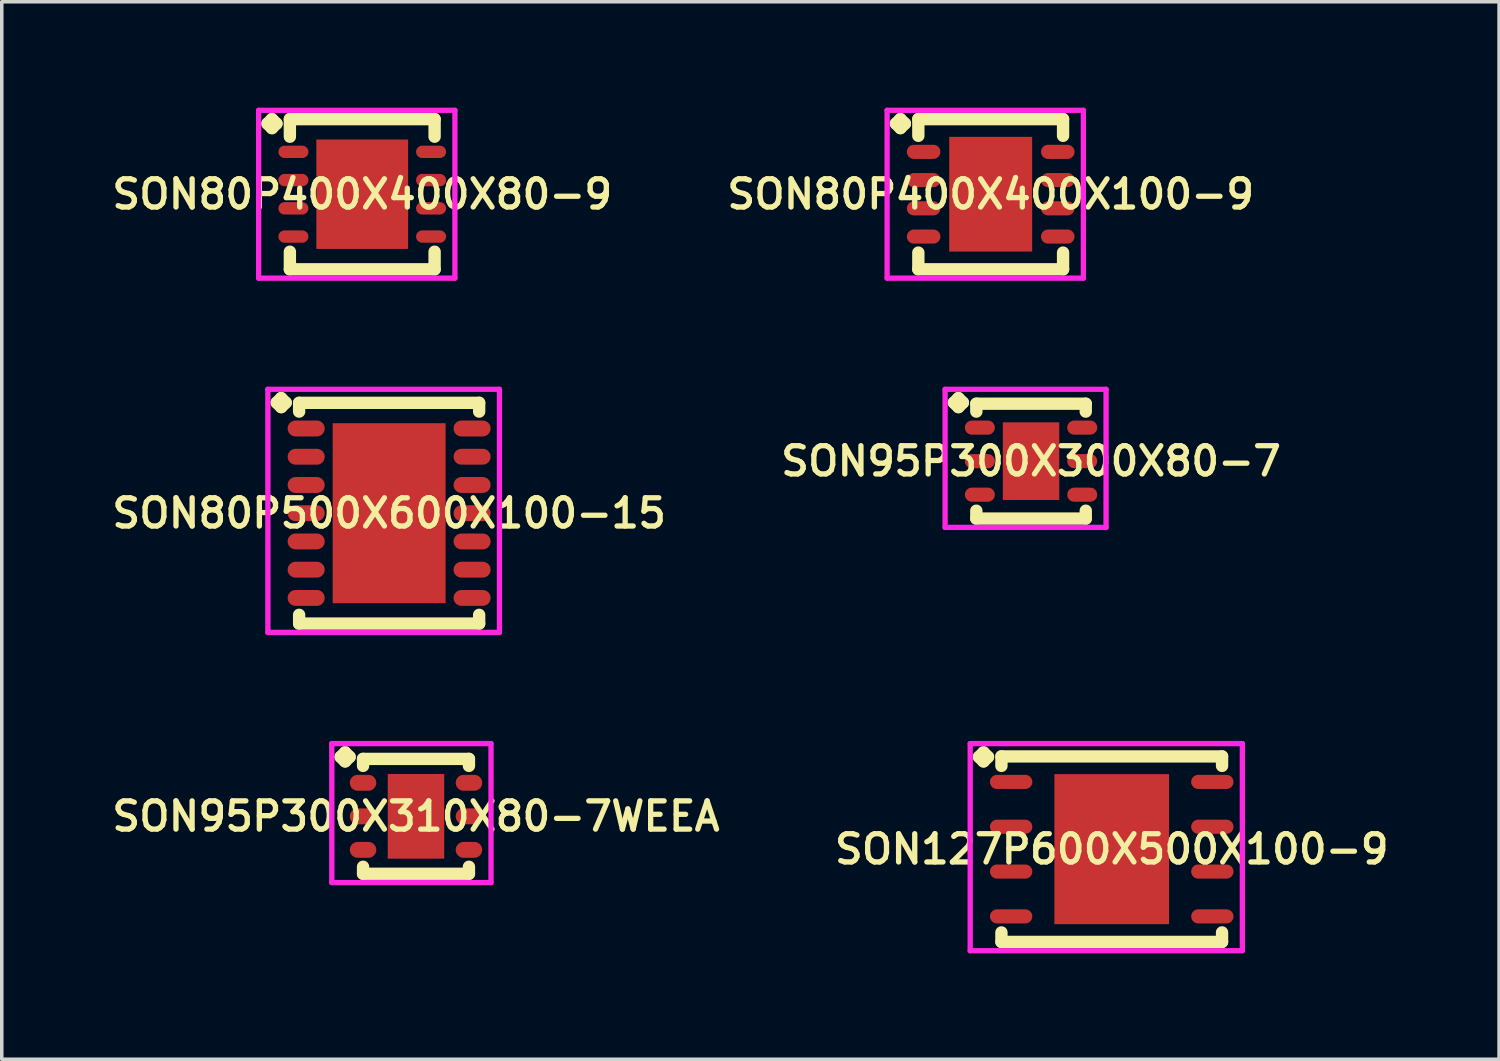
<source format=kicad_pcb>
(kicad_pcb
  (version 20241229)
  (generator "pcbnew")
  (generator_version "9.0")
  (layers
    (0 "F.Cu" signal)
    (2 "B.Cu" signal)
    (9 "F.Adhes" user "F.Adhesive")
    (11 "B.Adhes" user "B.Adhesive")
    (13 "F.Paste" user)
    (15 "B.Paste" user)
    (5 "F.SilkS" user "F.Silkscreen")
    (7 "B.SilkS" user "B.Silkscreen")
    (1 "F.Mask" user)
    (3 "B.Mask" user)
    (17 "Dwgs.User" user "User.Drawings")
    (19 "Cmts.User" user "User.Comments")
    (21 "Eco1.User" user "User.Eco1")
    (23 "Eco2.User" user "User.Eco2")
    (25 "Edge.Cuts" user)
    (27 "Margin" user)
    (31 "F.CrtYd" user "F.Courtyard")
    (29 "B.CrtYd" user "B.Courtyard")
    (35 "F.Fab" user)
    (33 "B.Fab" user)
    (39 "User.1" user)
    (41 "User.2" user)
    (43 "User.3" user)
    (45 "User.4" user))
  (footprint "SON95P300X300X80-7"
    (layer "F.Cu")
    (at 26.159 10.014)
    (property "Reference" "SON95P300X300X80-7" (at 0 0 0) (layer "F.SilkS") (effects (font (size 0.8 0.8) (thickness 0.15))))
    (attr smd)
    (fp_line (start -2.185 -1.658) (end -2.058 -1.785) (stroke (width 0.35) (type solid)) (layer "F.SilkS"))
    (fp_line (start -2.058 -1.785) (end -1.931 -1.658) (stroke (width 0.35) (type solid)) (layer "F.SilkS"))
    (fp_line (start -2.058 -1.531) (end -2.185 -1.658) (stroke (width 0.35) (type solid)) (layer "F.SilkS"))
    (fp_line (start -1.931 -1.658) (end -2.058 -1.531) (stroke (width 0.35) (type solid)) (layer "F.SilkS"))
    (fp_line (start -1.55 -1.627) (end 1.55 -1.627) (stroke (width 0.35) (type solid)) (layer "F.SilkS"))
    (fp_line (start -1.55 -1.404) (end -1.55 -1.627) (stroke (width 0.35) (type solid)) (layer "F.SilkS"))
    (fp_line (start -1.55 1.404) (end -1.55 1.627) (stroke (width 0.35) (type solid)) (layer "F.SilkS"))
    (fp_line (start -1.55 1.627) (end 1.55 1.627) (stroke (width 0.35) (type solid)) (layer "F.SilkS"))
    (fp_line (start 1.55 -1.627) (end 1.55 -1.404) (stroke (width 0.35) (type solid)) (layer "F.SilkS"))
    (fp_line (start 1.55 1.627) (end 1.55 1.404) (stroke (width 0.35) (type solid)) (layer "F.SilkS"))
    (fp_line (start -2.435 -2.035) (end 2.125 -2.035) (stroke (width 0.15) (type solid)) (layer "F.CrtYd"))
    (fp_line (start -2.435 1.877) (end -2.435 -2.035) (stroke (width 0.15) (type solid)) (layer "F.CrtYd"))
    (fp_line (start 2.125 -2.035) (end 2.125 1.877) (stroke (width 0.15) (type solid)) (layer "F.CrtYd"))
    (fp_line (start 2.125 1.877) (end -2.435 1.877) (stroke (width 0.15) (type solid)) (layer "F.CrtYd"))
    (pad "1" smd oval (at -1.45 -0.95) (size 0.85 0.4) (layers "F.Cu" "F.Mask" "F.Paste"))
    (pad "2" smd oval (at -1.45 0) (size 0.85 0.4) (layers "F.Cu" "F.Mask" "F.Paste"))
    (pad "3" smd oval (at -1.45 0.95) (size 0.85 0.4) (layers "F.Cu" "F.Mask" "F.Paste"))
    (pad "4" smd oval (at 1.45 0.95) (size 0.85 0.4) (layers "F.Cu" "F.Mask" "F.Paste"))
    (pad "5" smd oval (at 1.45 0) (size 0.85 0.4) (layers "F.Cu" "F.Mask" "F.Paste"))
    (pad "6" smd oval (at 1.45 -0.95) (size 0.85 0.4) (layers "F.Cu" "F.Mask" "F.Paste"))
    (pad "7" smd rect (at 0 0) (size 1.6 2.2) (layers "F.Cu" "F.Mask" "F.Paste")))
  (footprint "SON80P500X600X100-15"
    (layer "F.Cu")
    (at 7.974 11.489)
    (property "Reference" "SON80P500X600X100-15" (at 0 0 0) (layer "F.SilkS") (effects (font (size 0.8 0.8) (thickness 0.15))))
    (attr smd)
    (fp_line (start -3.185 -3.133) (end -3.058 -3.26) (stroke (width 0.35) (type solid)) (layer "F.SilkS"))
    (fp_line (start -3.058 -3.26) (end -2.931 -3.133) (stroke (width 0.35) (type solid)) (layer "F.SilkS"))
    (fp_line (start -3.058 -3.006) (end -3.185 -3.133) (stroke (width 0.35) (type solid)) (layer "F.SilkS"))
    (fp_line (start -2.931 -3.133) (end -3.058 -3.006) (stroke (width 0.35) (type solid)) (layer "F.SilkS"))
    (fp_line (start -2.55 -3.127) (end 2.55 -3.127) (stroke (width 0.35) (type solid)) (layer "F.SilkS"))
    (fp_line (start -2.55 -2.879) (end -2.55 -3.127) (stroke (width 0.35) (type solid)) (layer "F.SilkS"))
    (fp_line (start -2.55 2.879) (end -2.55 3.127) (stroke (width 0.35) (type solid)) (layer "F.SilkS"))
    (fp_line (start -2.55 3.127) (end 2.55 3.127) (stroke (width 0.35) (type solid)) (layer "F.SilkS"))
    (fp_line (start 2.55 -3.127) (end 2.55 -2.879) (stroke (width 0.35) (type solid)) (layer "F.SilkS"))
    (fp_line (start 2.55 3.127) (end 2.55 2.879) (stroke (width 0.35) (type solid)) (layer "F.SilkS"))
    (fp_line (start -3.435 -3.51) (end 3.125 -3.51) (stroke (width 0.15) (type solid)) (layer "F.CrtYd"))
    (fp_line (start -3.435 3.377) (end -3.435 -3.51) (stroke (width 0.15) (type solid)) (layer "F.CrtYd"))
    (fp_line (start 3.125 -3.51) (end 3.125 3.377) (stroke (width 0.15) (type solid)) (layer "F.CrtYd"))
    (fp_line (start 3.125 3.377) (end -3.435 3.377) (stroke (width 0.15) (type solid)) (layer "F.CrtYd"))
    (pad "1" smd oval (at -2.35 -2.4) (size 1.05 0.45) (layers "F.Cu" "F.Mask" "F.Paste"))
    (pad "2" smd oval (at -2.35 -1.6) (size 1.05 0.45) (layers "F.Cu" "F.Mask" "F.Paste"))
    (pad "3" smd oval (at -2.35 -0.8) (size 1.05 0.45) (layers "F.Cu" "F.Mask" "F.Paste"))
    (pad "4" smd oval (at -2.35 0) (size 1.05 0.45) (layers "F.Cu" "F.Mask" "F.Paste"))
    (pad "5" smd oval (at -2.35 0.8) (size 1.05 0.45) (layers "F.Cu" "F.Mask" "F.Paste"))
    (pad "6" smd oval (at -2.35 1.6) (size 1.05 0.45) (layers "F.Cu" "F.Mask" "F.Paste"))
    (pad "7" smd oval (at -2.35 2.4) (size 1.05 0.45) (layers "F.Cu" "F.Mask" "F.Paste"))
    (pad "8" smd oval (at 2.35 2.4) (size 1.05 0.45) (layers "F.Cu" "F.Mask" "F.Paste"))
    (pad "9" smd oval (at 2.35 1.6) (size 1.05 0.45) (layers "F.Cu" "F.Mask" "F.Paste"))
    (pad "10" smd oval (at 2.35 0.8) (size 1.05 0.45) (layers "F.Cu" "F.Mask" "F.Paste"))
    (pad "11" smd oval (at 2.35 0) (size 1.05 0.45) (layers "F.Cu" "F.Mask" "F.Paste"))
    (pad "12" smd oval (at 2.35 -0.8) (size 1.05 0.45) (layers "F.Cu" "F.Mask" "F.Paste"))
    (pad "13" smd oval (at 2.35 -1.6) (size 1.05 0.45) (layers "F.Cu" "F.Mask" "F.Paste"))
    (pad "14" smd oval (at 2.35 -2.4) (size 1.05 0.45) (layers "F.Cu" "F.Mask" "F.Paste"))
    (pad "15" smd rect (at 0 0) (size 3.2 5.1) (layers "F.Cu" "F.Mask" "F.Paste")))
  (footprint "SON127P600X500X100-9"
    (layer "F.Cu")
    (at 28.445 21.006)
    (property "Reference" "SON127P600X500X100-9" (at 0 0 0) (layer "F.SilkS") (effects (font (size 0.8 0.8) (thickness 0.15))))
    (attr smd)
    (fp_line (start -3.76 -2.613) (end -3.633 -2.74) (stroke (width 0.35) (type solid)) (layer "F.SilkS"))
    (fp_line (start -3.633 -2.74) (end -3.506 -2.613) (stroke (width 0.35) (type solid)) (layer "F.SilkS"))
    (fp_line (start -3.633 -2.486) (end -3.76 -2.613) (stroke (width 0.35) (type solid)) (layer "F.SilkS"))
    (fp_line (start -3.506 -2.613) (end -3.633 -2.486) (stroke (width 0.35) (type solid)) (layer "F.SilkS"))
    (fp_line (start -3.125 -2.627) (end 3.125 -2.627) (stroke (width 0.35) (type solid)) (layer "F.SilkS"))
    (fp_line (start -3.125 -2.359) (end -3.125 -2.627) (stroke (width 0.35) (type solid)) (layer "F.SilkS"))
    (fp_line (start -3.125 2.359) (end -3.125 2.627) (stroke (width 0.35) (type solid)) (layer "F.SilkS"))
    (fp_line (start -3.125 2.627) (end 3.125 2.627) (stroke (width 0.35) (type solid)) (layer "F.SilkS"))
    (fp_line (start 3.125 -2.627) (end 3.125 -2.359) (stroke (width 0.35) (type solid)) (layer "F.SilkS"))
    (fp_line (start 3.125 2.627) (end 3.125 2.359) (stroke (width 0.35) (type solid)) (layer "F.SilkS"))
    (fp_line (start -4.01 -2.99) (end 3.7 -2.99) (stroke (width 0.15) (type solid)) (layer "F.CrtYd"))
    (fp_line (start -4.01 2.877) (end -4.01 -2.99) (stroke (width 0.15) (type solid)) (layer "F.CrtYd"))
    (fp_line (start 3.7 -2.99) (end 3.7 2.877) (stroke (width 0.15) (type solid)) (layer "F.CrtYd"))
    (fp_line (start 3.7 2.877) (end -4.01 2.877) (stroke (width 0.15) (type solid)) (layer "F.CrtYd"))
    (pad "1" smd oval (at -2.85 -1.905) (size 1.2 0.4) (layers "F.Cu" "F.Mask" "F.Paste"))
    (pad "2" smd oval (at -2.85 -0.635) (size 1.2 0.4) (layers "F.Cu" "F.Mask" "F.Paste"))
    (pad "3" smd oval (at -2.85 0.635) (size 1.2 0.4) (layers "F.Cu" "F.Mask" "F.Paste"))
    (pad "4" smd oval (at -2.85 1.905) (size 1.2 0.4) (layers "F.Cu" "F.Mask" "F.Paste"))
    (pad "5" smd oval (at 2.85 1.905) (size 1.2 0.4) (layers "F.Cu" "F.Mask" "F.Paste"))
    (pad "6" smd oval (at 2.85 0.635) (size 1.2 0.4) (layers "F.Cu" "F.Mask" "F.Paste"))
    (pad "7" smd oval (at 2.85 -0.635) (size 1.2 0.4) (layers "F.Cu" "F.Mask" "F.Paste"))
    (pad "8" smd oval (at 2.85 -1.905) (size 1.2 0.4) (layers "F.Cu" "F.Mask" "F.Paste"))
    (pad "9" smd rect (at 0 0) (size 3.25 4.25) (layers "F.Cu" "F.Mask" "F.Paste")))
  (footprint "SON95P300X310X80-7WEEA"
    (layer "F.Cu")
    (at 8.735 20.076)
    (property "Reference" "SON95P300X310X80-7WEEA" (at 0 0 0) (layer "F.SilkS") (effects (font (size 0.8 0.8) (thickness 0.15))))
    (attr smd)
    (fp_line (start -2.135 -1.683) (end -2.008 -1.81) (stroke (width 0.35) (type solid)) (layer "F.SilkS"))
    (fp_line (start -2.008 -1.81) (end -1.881 -1.683) (stroke (width 0.35) (type solid)) (layer "F.SilkS"))
    (fp_line (start -2.008 -1.556) (end -2.135 -1.683) (stroke (width 0.35) (type solid)) (layer "F.SilkS"))
    (fp_line (start -1.881 -1.683) (end -2.008 -1.556) (stroke (width 0.35) (type solid)) (layer "F.SilkS"))
    (fp_line (start -1.5 -1.627) (end 1.5 -1.627) (stroke (width 0.35) (type solid)) (layer "F.SilkS"))
    (fp_line (start -1.5 -1.429) (end -1.5 -1.627) (stroke (width 0.35) (type solid)) (layer "F.SilkS"))
    (fp_line (start -1.5 1.429) (end -1.5 1.627) (stroke (width 0.35) (type solid)) (layer "F.SilkS"))
    (fp_line (start -1.5 1.627) (end 1.5 1.627) (stroke (width 0.35) (type solid)) (layer "F.SilkS"))
    (fp_line (start 1.5 -1.627) (end 1.5 -1.429) (stroke (width 0.35) (type solid)) (layer "F.SilkS"))
    (fp_line (start 1.5 1.627) (end 1.5 1.429) (stroke (width 0.35) (type solid)) (layer "F.SilkS"))
    (fp_line (start -2.385 -2.06) (end 2.125 -2.06) (stroke (width 0.15) (type solid)) (layer "F.CrtYd"))
    (fp_line (start -2.385 1.877) (end -2.385 -2.06) (stroke (width 0.15) (type solid)) (layer "F.CrtYd"))
    (fp_line (start 2.125 -2.06) (end 2.125 1.877) (stroke (width 0.15) (type solid)) (layer "F.CrtYd"))
    (fp_line (start 2.125 1.877) (end -2.385 1.877) (stroke (width 0.15) (type solid)) (layer "F.CrtYd"))
    (pad "1" smd oval (at -1.5 -0.95) (size 0.75 0.45) (layers "F.Cu" "F.Mask" "F.Paste"))
    (pad "2" smd oval (at -1.5 0) (size 0.75 0.45) (layers "F.Cu" "F.Mask" "F.Paste"))
    (pad "3" smd oval (at -1.5 0.95) (size 0.75 0.45) (layers "F.Cu" "F.Mask" "F.Paste"))
    (pad "4" smd oval (at 1.5 0.95) (size 0.75 0.45) (layers "F.Cu" "F.Mask" "F.Paste"))
    (pad "5" smd oval (at 1.5 0) (size 0.75 0.45) (layers "F.Cu" "F.Mask" "F.Paste"))
    (pad "6" smd oval (at 1.5 -0.95) (size 0.75 0.45) (layers "F.Cu" "F.Mask" "F.Paste"))
    (pad "7" smd rect (at 0 0) (size 1.6 2.4) (layers "F.Cu" "F.Mask" "F.Paste")))
  (footprint "SON80P400X400X100-9"
    (layer "F.Cu")
    (at 25.016 2.452)
    (property "Reference" "SON80P400X400X100-9" (at 0 0 0) (layer "F.SilkS") (effects (font (size 0.8 0.8) (thickness 0.15))))
    (attr smd)
    (fp_line (start -2.685 -2) (end -2.558 -2.127) (stroke (width 0.35) (type solid)) (layer "F.SilkS"))
    (fp_line (start -2.558 -2.127) (end -2.431 -2) (stroke (width 0.35) (type solid)) (layer "F.SilkS"))
    (fp_line (start -2.558 -1.873) (end -2.685 -2) (stroke (width 0.35) (type solid)) (layer "F.SilkS"))
    (fp_line (start -2.431 -2) (end -2.558 -1.873) (stroke (width 0.35) (type solid)) (layer "F.SilkS"))
    (fp_line (start -2.05 -2.127) (end 2.05 -2.127) (stroke (width 0.35) (type solid)) (layer "F.SilkS"))
    (fp_line (start -2.05 -1.654) (end -2.05 -2.127) (stroke (width 0.35) (type solid)) (layer "F.SilkS"))
    (fp_line (start -2.05 1.654) (end -2.05 2.127) (stroke (width 0.35) (type solid)) (layer "F.SilkS"))
    (fp_line (start -2.05 2.127) (end 2.05 2.127) (stroke (width 0.35) (type solid)) (layer "F.SilkS"))
    (fp_line (start 2.05 -2.127) (end 2.05 -1.654) (stroke (width 0.35) (type solid)) (layer "F.SilkS"))
    (fp_line (start 2.05 2.127) (end 2.05 1.654) (stroke (width 0.35) (type solid)) (layer "F.SilkS"))
    (fp_line (start -2.935 -2.377) (end 2.625 -2.377) (stroke (width 0.15) (type solid)) (layer "F.CrtYd"))
    (fp_line (start -2.935 2.377) (end -2.935 -2.377) (stroke (width 0.15) (type solid)) (layer "F.CrtYd"))
    (fp_line (start 2.625 -2.377) (end 2.625 2.377) (stroke (width 0.15) (type solid)) (layer "F.CrtYd"))
    (fp_line (start 2.625 2.377) (end -2.935 2.377) (stroke (width 0.15) (type solid)) (layer "F.CrtYd"))
    (pad "1" smd oval (at -1.9 -1.2) (size 0.95 0.4) (layers "F.Cu" "F.Mask" "F.Paste"))
    (pad "2" smd oval (at -1.9 -0.4) (size 0.95 0.4) (layers "F.Cu" "F.Mask" "F.Paste"))
    (pad "3" smd oval (at -1.9 0.4) (size 0.95 0.4) (layers "F.Cu" "F.Mask" "F.Paste"))
    (pad "4" smd oval (at -1.9 1.2) (size 0.95 0.4) (layers "F.Cu" "F.Mask" "F.Paste"))
    (pad "5" smd oval (at 1.9 1.2) (size 0.95 0.4) (layers "F.Cu" "F.Mask" "F.Paste"))
    (pad "6" smd oval (at 1.9 0.4) (size 0.95 0.4) (layers "F.Cu" "F.Mask" "F.Paste"))
    (pad "7" smd oval (at 1.9 -0.4) (size 0.95 0.4) (layers "F.Cu" "F.Mask" "F.Paste"))
    (pad "8" smd oval (at 1.9 -1.2) (size 0.95 0.4) (layers "F.Cu" "F.Mask" "F.Paste"))
    (pad "9" smd rect (at 0 0) (size 2.35 3.25) (layers "F.Cu" "F.Mask" "F.Paste")))
  (footprint "SON80P400X400X80-9"
    (layer "F.Cu")
    (at 7.212 2.452)
    (property "Reference" "SON80P400X400X80-9" (at 0 0 0) (layer "F.SilkS") (effects (font (size 0.8 0.8) (thickness 0.15))))
    (attr smd)
    (fp_line (start -2.685 -2) (end -2.558 -2.127) (stroke (width 0.35) (type solid)) (layer "F.SilkS"))
    (fp_line (start -2.558 -2.127) (end -2.431 -2) (stroke (width 0.35) (type solid)) (layer "F.SilkS"))
    (fp_line (start -2.558 -1.873) (end -2.685 -2) (stroke (width 0.35) (type solid)) (layer "F.SilkS"))
    (fp_line (start -2.431 -2) (end -2.558 -1.873) (stroke (width 0.35) (type solid)) (layer "F.SilkS"))
    (fp_line (start -2.05 -2.127) (end 2.05 -2.127) (stroke (width 0.35) (type solid)) (layer "F.SilkS"))
    (fp_line (start -2.05 -1.629) (end -2.05 -2.127) (stroke (width 0.35) (type solid)) (layer "F.SilkS"))
    (fp_line (start -2.05 1.629) (end -2.05 2.127) (stroke (width 0.35) (type solid)) (layer "F.SilkS"))
    (fp_line (start -2.05 2.127) (end 2.05 2.127) (stroke (width 0.35) (type solid)) (layer "F.SilkS"))
    (fp_line (start 2.05 -2.127) (end 2.05 -1.629) (stroke (width 0.35) (type solid)) (layer "F.SilkS"))
    (fp_line (start 2.05 2.127) (end 2.05 1.629) (stroke (width 0.35) (type solid)) (layer "F.SilkS"))
    (fp_line (start -2.935 -2.377) (end 2.625 -2.377) (stroke (width 0.15) (type solid)) (layer "F.CrtYd"))
    (fp_line (start -2.935 2.377) (end -2.935 -2.377) (stroke (width 0.15) (type solid)) (layer "F.CrtYd"))
    (fp_line (start 2.625 -2.377) (end 2.625 2.377) (stroke (width 0.15) (type solid)) (layer "F.CrtYd"))
    (fp_line (start 2.625 2.377) (end -2.935 2.377) (stroke (width 0.15) (type solid)) (layer "F.CrtYd"))
    (pad "1" smd oval (at -1.95 -1.2) (size 0.85 0.35) (layers "F.Cu" "F.Mask" "F.Paste"))
    (pad "2" smd oval (at -1.95 -0.4) (size 0.85 0.35) (layers "F.Cu" "F.Mask" "F.Paste"))
    (pad "3" smd oval (at -1.95 0.4) (size 0.85 0.35) (layers "F.Cu" "F.Mask" "F.Paste"))
    (pad "4" smd oval (at -1.95 1.2) (size 0.85 0.35) (layers "F.Cu" "F.Mask" "F.Paste"))
    (pad "5" smd oval (at 1.95 1.2) (size 0.85 0.35) (layers "F.Cu" "F.Mask" "F.Paste"))
    (pad "6" smd oval (at 1.95 0.4) (size 0.85 0.35) (layers "F.Cu" "F.Mask" "F.Paste"))
    (pad "7" smd oval (at 1.95 -0.4) (size 0.85 0.35) (layers "F.Cu" "F.Mask" "F.Paste"))
    (pad "8" smd oval (at 1.95 -1.2) (size 0.85 0.35) (layers "F.Cu" "F.Mask" "F.Paste"))
    (pad "9" smd rect (at 0 0) (size 2.6 3.1) (layers "F.Cu" "F.Mask" "F.Paste")))
  (gr_rect
    (start -3 -3)
    (end 39.418 26.958)
    (stroke (width 0.1) (type default))
    (fill no)
    (layer "Edge.Cuts")))
</source>
